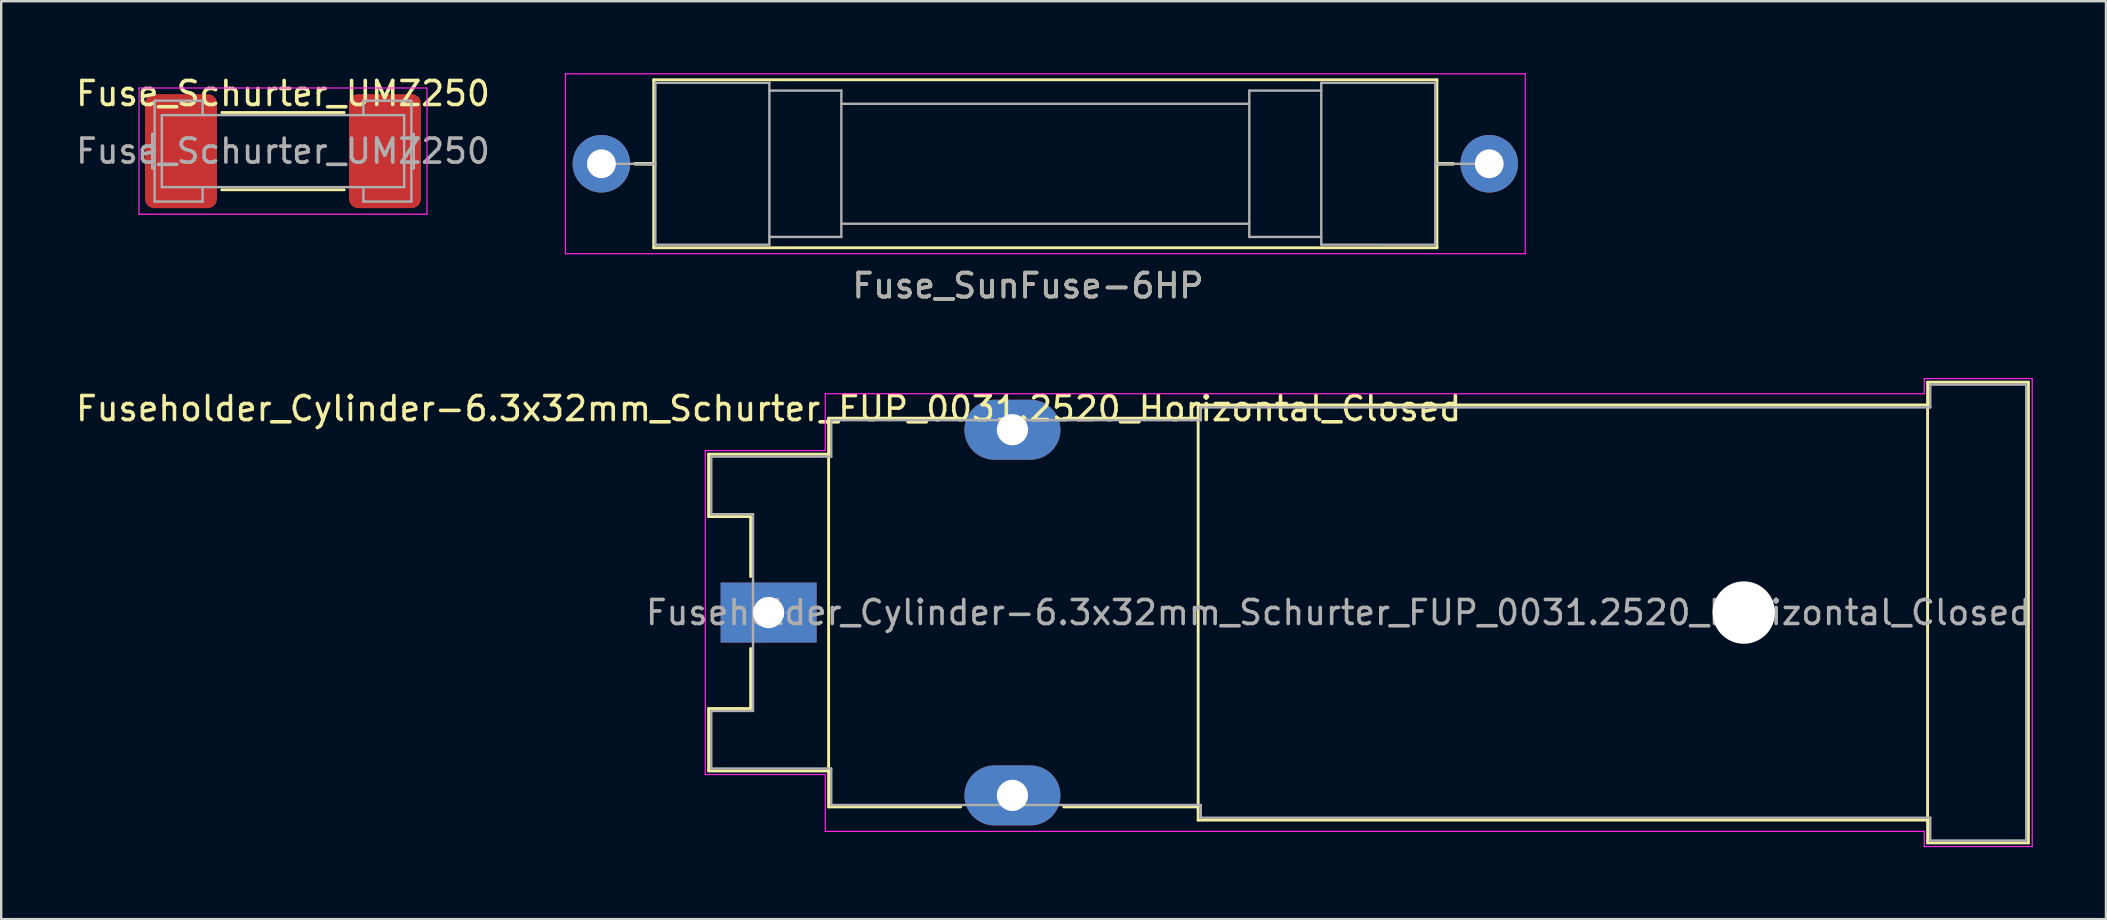
<source format=kicad_pcb>
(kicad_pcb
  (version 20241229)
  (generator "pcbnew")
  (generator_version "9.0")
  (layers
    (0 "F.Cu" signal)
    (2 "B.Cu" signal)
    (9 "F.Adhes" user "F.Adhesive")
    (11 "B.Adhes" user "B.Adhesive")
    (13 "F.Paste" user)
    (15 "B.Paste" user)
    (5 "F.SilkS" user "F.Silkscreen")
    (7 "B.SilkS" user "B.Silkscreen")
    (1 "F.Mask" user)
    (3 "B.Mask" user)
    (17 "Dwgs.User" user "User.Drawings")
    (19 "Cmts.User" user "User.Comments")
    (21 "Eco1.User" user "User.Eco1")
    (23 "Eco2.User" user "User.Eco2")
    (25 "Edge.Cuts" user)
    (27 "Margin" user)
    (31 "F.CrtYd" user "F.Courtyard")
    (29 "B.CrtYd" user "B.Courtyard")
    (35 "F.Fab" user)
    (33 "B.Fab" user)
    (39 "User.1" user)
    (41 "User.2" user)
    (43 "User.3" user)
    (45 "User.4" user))
  (footprint "Fuse_SunFuse-6HP"
    (layer "F.Cu")
    (at 22.013 3.775)
    (property "Reference" "Fuse_SunFuse-6HP" (at 17.78 5.08 0) (layer "F.SilkS") (effects (font (size 1 1) (thickness 0.15))))
    (attr through_hole)
    (fp_line (start 1.4 0) (end 2.18 0) (stroke (width 0.15) (type solid)) (layer "F.SilkS"))
    (fp_line (start 2.18 -3.5) (end 2.18 3.5) (stroke (width 0.12) (type solid)) (layer "F.SilkS"))
    (fp_line (start 2.18 -3.5) (end 34.82 -3.5) (stroke (width 0.12) (type solid)) (layer "F.SilkS"))
    (fp_line (start 2.18 3.5) (end 34.82 3.5) (stroke (width 0.12) (type solid)) (layer "F.SilkS"))
    (fp_line (start 34.82 0) (end 35.5 0) (stroke (width 0.15) (type solid)) (layer "F.SilkS"))
    (fp_line (start 34.82 3.5) (end 34.82 -3.5) (stroke (width 0.12) (type solid)) (layer "F.SilkS"))
    (fp_line (start -1.5 -3.75) (end -1.5 3.75) (stroke (width 0.05) (type solid)) (layer "F.CrtYd"))
    (fp_line (start -1.5 -3.75) (end 38.5 -3.75) (stroke (width 0.05) (type solid)) (layer "F.CrtYd"))
    (fp_line (start -1.5 3.75) (end 38.5 3.75) (stroke (width 0.05) (type solid)) (layer "F.CrtYd"))
    (fp_line (start 38.5 3.75) (end 38.5 -3.75) (stroke (width 0.05) (type solid)) (layer "F.CrtYd"))
    (fp_line (start 0 0) (end 2.25 0) (stroke (width 0.1) (type solid)) (layer "F.Fab"))
    (fp_line (start 2.25 -3.375) (end 2.25 3.375) (stroke (width 0.1) (type solid)) (layer "F.Fab"))
    (fp_line (start 2.25 -3.375) (end 7 -3.375) (stroke (width 0.1) (type solid)) (layer "F.Fab"))
    (fp_line (start 2.25 3.375) (end 7 3.375) (stroke (width 0.1) (type solid)) (layer "F.Fab"))
    (fp_line (start 7 -3.375) (end 7 3.375) (stroke (width 0.1) (type solid)) (layer "F.Fab"))
    (fp_line (start 7 -3.05) (end 10 -3.05) (stroke (width 0.1) (type solid)) (layer "F.Fab"))
    (fp_line (start 7 3.05) (end 10 3.05) (stroke (width 0.1) (type solid)) (layer "F.Fab"))
    (fp_line (start 10 -2.5) (end 27 -2.5) (stroke (width 0.1) (type solid)) (layer "F.Fab"))
    (fp_line (start 10 2.5) (end 27 2.5) (stroke (width 0.1) (type solid)) (layer "F.Fab"))
    (fp_line (start 10 3.05) (end 10 -3.05) (stroke (width 0.1) (type solid)) (layer "F.Fab"))
    (fp_line (start 27 -3.05) (end 30 -3.05) (stroke (width 0.1) (type solid)) (layer "F.Fab"))
    (fp_line (start 27 3.05) (end 27 -3.05) (stroke (width 0.1) (type solid)) (layer "F.Fab"))
    (fp_line (start 27 3.05) (end 30 3.05) (stroke (width 0.1) (type solid)) (layer "F.Fab"))
    (fp_line (start 30 -3.375) (end 30 3.375) (stroke (width 0.1) (type solid)) (layer "F.Fab"))
    (fp_line (start 30 -3.375) (end 34.75 -3.375) (stroke (width 0.1) (type solid)) (layer "F.Fab"))
    (fp_line (start 30 3.37) (end 34.75 3.375) (stroke (width 0.1) (type solid)) (layer "F.Fab"))
    (fp_line (start 34.75 -3.375) (end 34.75 3.375) (stroke (width 0.1) (type solid)) (layer "F.Fab"))
    (fp_line (start 34.75 0) (end 37 0) (stroke (width 0.1) (type solid)) (layer "F.Fab"))
    (fp_text user "${REFERENCE}" (at 17.78 5.08 0) (layer "F.Fab") (effects (font (size 1 1) (thickness 0.15))))
    (pad "1" thru_hole circle (at 0 0) (size 2.4 2.4) (drill 1.2) (layers "*.Cu" "*.Mask"))
    (pad "2" thru_hole circle (at 37 0) (size 2.4 2.4) (drill 1.2) (layers "*.Cu" "*.Mask")))
  (footprint "Fuseholder_Cylinder-6.3x32mm_Schurter_FUP_0031.2520_Horizontal_Closed"
    (layer "F.Cu")
    (at 28.982 22.478)
    (property "Reference" "Fuseholder_Cylinder-6.3x32mm_Schurter_FUP_0031.2520_Horizontal_Closed" (at 0 -8.5 0) (layer "F.SilkS") (effects (font (size 1 1) (thickness 0.15))))
    (attr through_hole)
    (fp_line (start -2.5 -6.6) (end 2.5 -6.6) (stroke (width 0.12) (type solid)) (layer "F.SilkS"))
    (fp_line (start -2.5 -4) (end -2.5 -6.6) (stroke (width 0.12) (type solid)) (layer "F.SilkS"))
    (fp_line (start -2.5 4) (end -0.75 4) (stroke (width 0.12) (type solid)) (layer "F.SilkS"))
    (fp_line (start -2.5 6.6) (end -2.5 4) (stroke (width 0.12) (type solid)) (layer "F.SilkS"))
    (fp_line (start -2.5 6.6) (end 2.5 6.6) (stroke (width 0.12) (type solid)) (layer "F.SilkS"))
    (fp_line (start -0.75 -4) (end -2.5 -4) (stroke (width 0.12) (type solid)) (layer "F.SilkS"))
    (fp_line (start -0.75 -1.5) (end -0.75 -4) (stroke (width 0.12) (type solid)) (layer "F.SilkS"))
    (fp_line (start -0.75 4) (end -0.75 1.5) (stroke (width 0.12) (type solid)) (layer "F.SilkS"))
    (fp_line (start 2.5 -8.1) (end 8 -8.1) (stroke (width 0.12) (type solid)) (layer "F.SilkS"))
    (fp_line (start 2.5 8.1) (end 2.5 -8.1) (stroke (width 0.12) (type solid)) (layer "F.SilkS"))
    (fp_line (start 2.5 8.1) (end 8 8.1) (stroke (width 0.12) (type solid)) (layer "F.SilkS"))
    (fp_line (start 12.3 -8.1) (end 17.9 -8.1) (stroke (width 0.12) (type solid)) (layer "F.SilkS"))
    (fp_line (start 12.3 8.1) (end 17.9 8.1) (stroke (width 0.12) (type solid)) (layer "F.SilkS"))
    (fp_line (start 17.9 -8.65) (end 48.3 -8.65) (stroke (width 0.12) (type solid)) (layer "F.SilkS"))
    (fp_line (start 17.9 8.65) (end 17.9 -8.65) (stroke (width 0.12) (type solid)) (layer "F.SilkS"))
    (fp_line (start 17.9 8.65) (end 48.3 8.65) (stroke (width 0.12) (type solid)) (layer "F.SilkS"))
    (fp_line (start 48.3 -9.6) (end 52.5 -9.6) (stroke (width 0.12) (type solid)) (layer "F.SilkS"))
    (fp_line (start 48.3 9.6) (end 48.3 -9.6) (stroke (width 0.12) (type solid)) (layer "F.SilkS"))
    (fp_line (start 48.3 9.6) (end 52.5 9.6) (stroke (width 0.12) (type solid)) (layer "F.SilkS"))
    (fp_line (start 52.5 -9.6) (end 52.5 9.6) (stroke (width 0.12) (type solid)) (layer "F.SilkS"))
    (fp_line (start -2.64 -6.75) (end 2.36 -6.75) (stroke (width 0.05) (type solid)) (layer "F.CrtYd"))
    (fp_line (start -2.64 6.75) (end -2.64 -6.75) (stroke (width 0.05) (type solid)) (layer "F.CrtYd"))
    (fp_line (start -2.64 6.75) (end 2.36 6.75) (stroke (width 0.05) (type solid)) (layer "F.CrtYd"))
    (fp_line (start 2.36 -9.12) (end 2.36 -6.75) (stroke (width 0.05) (type solid)) (layer "F.CrtYd"))
    (fp_line (start 2.36 -9.12) (end 48.16 -9.12) (stroke (width 0.05) (type solid)) (layer "F.CrtYd"))
    (fp_line (start 2.36 6.75) (end 2.36 9.12) (stroke (width 0.05) (type solid)) (layer "F.CrtYd"))
    (fp_line (start 48.16 -9.75) (end 48.16 -9.12) (stroke (width 0.05) (type solid)) (layer "F.CrtYd"))
    (fp_line (start 48.16 -9.75) (end 52.66 -9.75) (stroke (width 0.05) (type solid)) (layer "F.CrtYd"))
    (fp_line (start 48.16 9.12) (end 2.36 9.12) (stroke (width 0.05) (type solid)) (layer "F.CrtYd"))
    (fp_line (start 48.16 9.12) (end 48.16 9.75) (stroke (width 0.05) (type solid)) (layer "F.CrtYd"))
    (fp_line (start 48.16 9.75) (end 52.66 9.75) (stroke (width 0.05) (type solid)) (layer "F.CrtYd"))
    (fp_line (start 52.66 -9.75) (end 52.66 9.75) (stroke (width 0.05) (type solid)) (layer "F.CrtYd"))
    (fp_line (start -2.39 -4.1) (end -2.39 -6.5) (stroke (width 0.1) (type solid)) (layer "F.Fab"))
    (fp_line (start -2.39 -4.1) (end -0.65 -4.1) (stroke (width 0.1) (type solid)) (layer "F.Fab"))
    (fp_line (start -2.39 4.1) (end -2.39 6.5) (stroke (width 0.1) (type solid)) (layer "F.Fab"))
    (fp_line (start -2.39 6.5) (end 2.61 6.5) (stroke (width 0.1) (type solid)) (layer "F.Fab"))
    (fp_line (start -0.65 -4.1) (end -0.65 4.1) (stroke (width 0.1) (type solid)) (layer "F.Fab"))
    (fp_line (start -0.65 4.1) (end -2.39 4.1) (stroke (width 0.1) (type solid)) (layer "F.Fab"))
    (fp_line (start 2.61 -8.02) (end 2.61 -6.5) (stroke (width 0.1) (type solid)) (layer "F.Fab"))
    (fp_line (start 2.61 -6.5) (end -2.39 -6.5) (stroke (width 0.1) (type solid)) (layer "F.Fab"))
    (fp_line (start 2.61 6.5) (end 2.61 8.02) (stroke (width 0.1) (type solid)) (layer "F.Fab"))
    (fp_line (start 2.61 8.02) (end 18.01 8.02) (stroke (width 0.1) (type solid)) (layer "F.Fab"))
    (fp_line (start 18.01 -8.55) (end 18.01 -8.02) (stroke (width 0.1) (type solid)) (layer "F.Fab"))
    (fp_line (start 18.01 -8.02) (end 2.61 -8.02) (stroke (width 0.1) (type solid)) (layer "F.Fab"))
    (fp_line (start 18.01 8.02) (end 18.01 8.55) (stroke (width 0.1) (type solid)) (layer "F.Fab"))
    (fp_line (start 18.01 8.55) (end 48.41 8.55) (stroke (width 0.1) (type solid)) (layer "F.Fab"))
    (fp_line (start 48.41 -9.5) (end 48.41 -8.55) (stroke (width 0.1) (type solid)) (layer "F.Fab"))
    (fp_line (start 48.41 -8.55) (end 18.01 -8.55) (stroke (width 0.1) (type solid)) (layer "F.Fab"))
    (fp_line (start 48.41 8.55) (end 48.41 9.5) (stroke (width 0.1) (type solid)) (layer "F.Fab"))
    (fp_line (start 48.41 9.5) (end 52.41 9.5) (stroke (width 0.1) (type solid)) (layer "F.Fab"))
    (fp_line (start 52.41 -9.5) (end 48.41 -9.5) (stroke (width 0.1) (type solid)) (layer "F.Fab"))
    (fp_line (start 52.41 -9.5) (end 52.41 9.5) (stroke (width 0.1) (type solid)) (layer "F.Fab"))
    (fp_text user "${REFERENCE}" (at 23.75 0 0) (layer "F.Fab") (effects (font (size 1 1) (thickness 0.15))))
    (pad "" np_thru_hole circle (at 40.64 0) (size 2.6 2.6) (drill 2.6) (layers "*.Cu" "*.Mask"))
    (pad "1" thru_hole rect (at 0 0) (size 4 2.5) (drill 1.3) (layers "*.Cu" "*.Mask"))
    (pad "2" thru_hole oval (at 10.16 -7.62) (size 4 2.5) (drill 1.3) (layers "*.Cu" "*.Mask"))
    (pad "2" thru_hole oval (at 10.16 7.62) (size 4 2.5) (drill 1.3) (layers "*.Cu" "*.Mask")))
  (footprint "Fuse_Schurter_UMZ250"
    (layer "F.Cu")
    (at 8.744 3.248)
    (property "Reference" "Fuse_Schurter_UMZ250" (at 0 -2.4 0) (layer "F.SilkS") (effects (font (size 1 1) (thickness 0.15))))
    (attr smd)
    (fp_line (start -2.55 -1.61) (end 2.55 -1.61) (stroke (width 0.12) (type solid)) (layer "F.SilkS"))
    (fp_line (start -2.55 1.61) (end 2.55 1.61) (stroke (width 0.12) (type solid)) (layer "F.SilkS"))
    (fp_line (start -6 2.63) (end -6 -2.63) (stroke (width 0.05) (type solid)) (layer "F.CrtYd"))
    (fp_line (start -6 2.63) (end 6 2.63) (stroke (width 0.05) (type solid)) (layer "F.CrtYd"))
    (fp_line (start 6 -2.63) (end -6 -2.63) (stroke (width 0.05) (type solid)) (layer "F.CrtYd"))
    (fp_line (start 6 2.63) (end 6 -2.63) (stroke (width 0.05) (type solid)) (layer "F.CrtYd"))
    (fp_line (start -5.45 0.715) (end -5.45 -0.715) (stroke (width 0.1) (type solid)) (layer "F.Fab"))
    (fp_line (start -5.35 -2.1) (end -5.35 2.1) (stroke (width 0.1) (type solid)) (layer "F.Fab"))
    (fp_line (start -5.35 -0.715) (end -5.45 -0.715) (stroke (width 0.1) (type solid)) (layer "F.Fab"))
    (fp_line (start -5.35 0.715) (end -5.45 0.715) (stroke (width 0.1) (type solid)) (layer "F.Fab"))
    (fp_line (start -5.35 2.1) (end -3.35 2.1) (stroke (width 0.1) (type solid)) (layer "F.Fab"))
    (fp_line (start -5.05 -1.5) (end 5.05 -1.5) (stroke (width 0.1) (type solid)) (layer "F.Fab"))
    (fp_line (start -5.05 1.5) (end -5.05 -1.5) (stroke (width 0.1) (type solid)) (layer "F.Fab"))
    (fp_line (start -3.35 -2.1) (end -5.35 -2.1) (stroke (width 0.1) (type solid)) (layer "F.Fab"))
    (fp_line (start -3.35 -1.5) (end -3.35 -2.1) (stroke (width 0.1) (type solid)) (layer "F.Fab"))
    (fp_line (start -3.35 2.1) (end -3.35 1.5) (stroke (width 0.1) (type solid)) (layer "F.Fab"))
    (fp_line (start 3.35 -2.1) (end 3.35 -1.5) (stroke (width 0.1) (type solid)) (layer "F.Fab"))
    (fp_line (start 3.35 1.5) (end 3.35 2.1) (stroke (width 0.1) (type solid)) (layer "F.Fab"))
    (fp_line (start 3.35 2.1) (end 5.35 2.1) (stroke (width 0.1) (type solid)) (layer "F.Fab"))
    (fp_line (start 5.05 -1.5) (end 5.05 1.5) (stroke (width 0.1) (type solid)) (layer "F.Fab"))
    (fp_line (start 5.05 1.5) (end -5.05 1.5) (stroke (width 0.1) (type solid)) (layer "F.Fab"))
    (fp_line (start 5.35 -2.1) (end 3.35 -2.1) (stroke (width 0.1) (type solid)) (layer "F.Fab"))
    (fp_line (start 5.35 -0.715) (end 5.45 -0.715) (stroke (width 0.1) (type solid)) (layer "F.Fab"))
    (fp_line (start 5.35 0.715) (end 5.45 0.715) (stroke (width 0.1) (type solid)) (layer "F.Fab"))
    (fp_line (start 5.35 2.1) (end 5.35 -2.1) (stroke (width 0.1) (type solid)) (layer "F.Fab"))
    (fp_line (start 5.45 -0.715) (end 5.45 0.715) (stroke (width 0.1) (type solid)) (layer "F.Fab"))
    (fp_text user "${REFERENCE}" (at 0 0 0) (layer "F.Fab") (effects (font (size 1 1) (thickness 0.15))))
    (pad "1" smd roundrect (at -4.25 0) (size 3 4.75) (layers "F.Cu" "F.Mask" "F.Paste") (roundrect_rratio 0.125))
    (pad "2" smd roundrect (at 4.25 0) (size 3 4.75) (layers "F.Cu" "F.Mask" "F.Paste") (roundrect_rratio 0.125)))
  (gr_rect
    (start -3 -3)
    (end 84.714 35.253)
    (stroke (width 0.1) (type default))
    (fill no)
    (layer "Edge.Cuts")))
</source>
